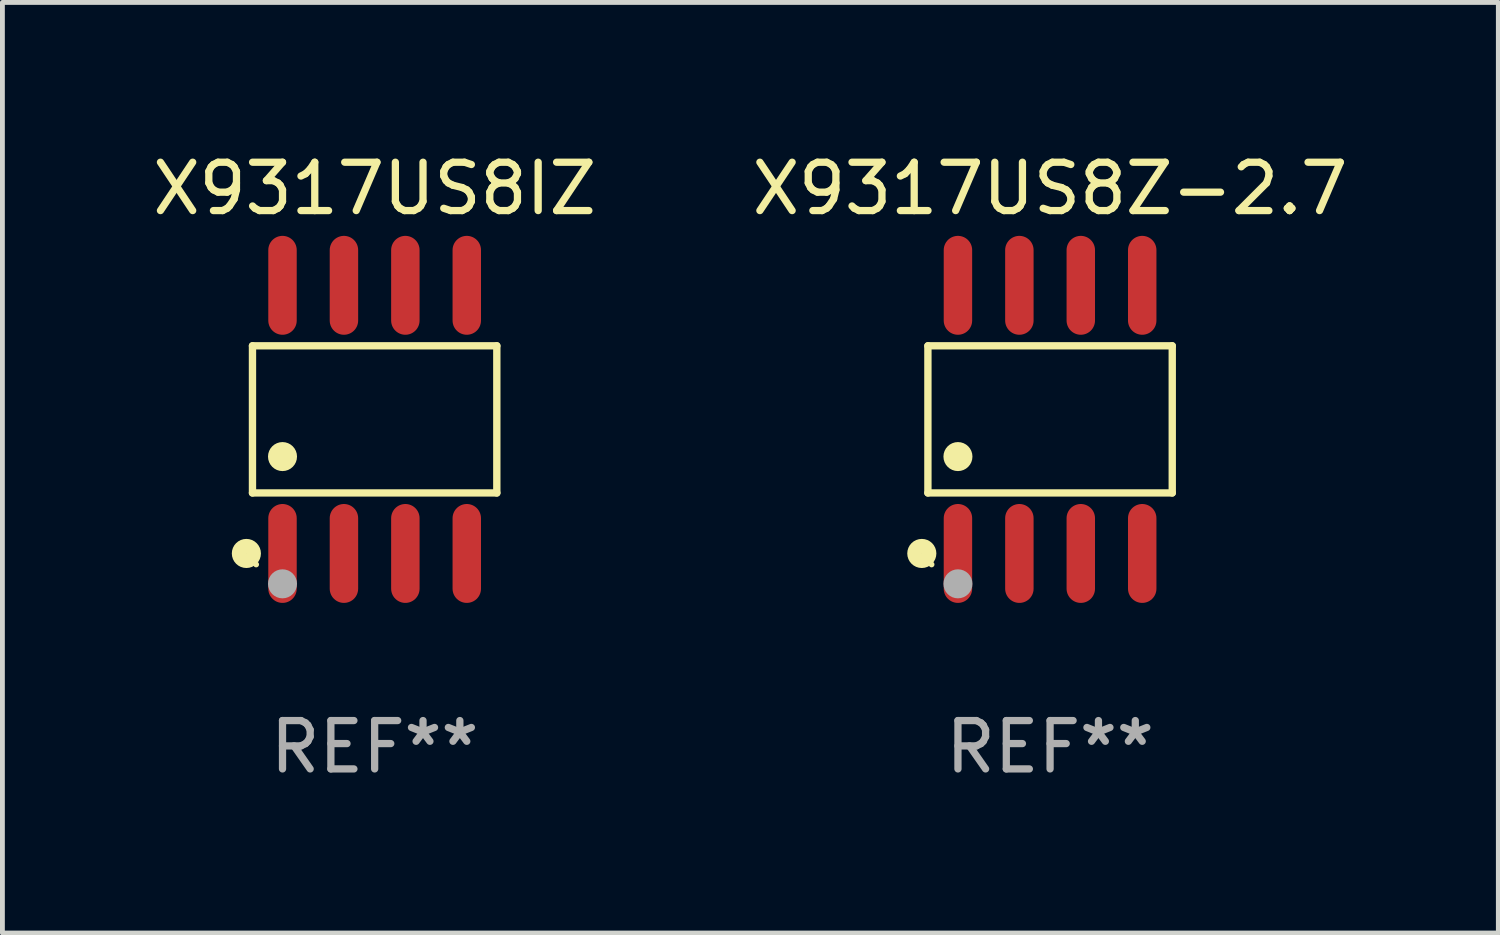
<source format=kicad_pcb>
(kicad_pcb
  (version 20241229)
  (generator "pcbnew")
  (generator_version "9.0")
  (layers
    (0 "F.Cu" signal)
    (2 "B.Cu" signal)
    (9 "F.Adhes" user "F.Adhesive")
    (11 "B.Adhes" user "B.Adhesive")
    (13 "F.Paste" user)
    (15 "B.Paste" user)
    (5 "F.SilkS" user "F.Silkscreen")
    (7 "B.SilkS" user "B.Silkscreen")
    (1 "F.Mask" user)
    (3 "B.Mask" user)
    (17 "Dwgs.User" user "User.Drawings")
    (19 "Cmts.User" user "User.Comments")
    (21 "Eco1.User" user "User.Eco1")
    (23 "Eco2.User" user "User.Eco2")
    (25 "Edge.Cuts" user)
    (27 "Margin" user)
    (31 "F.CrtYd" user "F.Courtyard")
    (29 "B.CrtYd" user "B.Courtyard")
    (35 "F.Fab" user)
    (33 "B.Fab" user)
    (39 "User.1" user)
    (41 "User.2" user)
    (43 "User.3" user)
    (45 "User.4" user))
  (footprint "X9317US8Z-2.7"
    (layer "F.Cu")
    (at 18.661 5.621)
    (property "Reference" "X9317US8Z-2.7" (at 0 -4.772 0) (layer "F.SilkS") (effects (font (size 1 1) (thickness 0.15))))
    (attr through_hole)
    (fp_line (start -2.526 -1.521) (end 2.526 -1.521) (stroke (width 0.152) (type solid)) (layer "F.SilkS"))
    (fp_line (start -2.526 1.521) (end -2.526 -1.521) (stroke (width 0.152) (type solid)) (layer "F.SilkS"))
    (fp_line (start 2.526 -1.521) (end 2.526 1.521) (stroke (width 0.152) (type solid)) (layer "F.SilkS"))
    (fp_line (start 2.526 1.521) (end -2.526 1.521) (stroke (width 0.152) (type solid)) (layer "F.SilkS"))
    (fp_circle (center -2.652 2.772) (end -2.501 2.772) (stroke (width 0.3) (type solid)) (fill no) (layer "F.SilkS"))
    (fp_circle (center -2.45 3) (end -2.42 3) (stroke (width 0.06) (type solid)) (fill no) (layer "F.SilkS"))
    (fp_circle (center -1.905 0.769) (end -1.755 0.769) (stroke (width 0.3) (type solid)) (fill no) (layer "F.SilkS"))
    (fp_circle (center -1.905 3.4) (end -1.755 3.4) (stroke (width 0.3) (type solid)) (fill no) (layer "F.Fab"))
    (fp_text user "REF**" (at 0 6.772 0) (layer "F.Fab") (effects (font (size 1 1) (thickness 0.15))))
    (pad "1" smd oval (at -1.905 2.772) (size 0.588 2.045) (layers "F.Cu" "F.Mask" "F.Paste"))
    (pad "2" smd oval (at -0.635 2.772) (size 0.588 2.045) (layers "F.Cu" "F.Mask" "F.Paste"))
    (pad "3" smd oval (at 0.635 2.772) (size 0.588 2.045) (layers "F.Cu" "F.Mask" "F.Paste"))
    (pad "4" smd oval (at 1.905 2.772) (size 0.588 2.045) (layers "F.Cu" "F.Mask" "F.Paste"))
    (pad "5" smd oval (at 1.905 -2.772) (size 0.588 2.045) (layers "F.Cu" "F.Mask" "F.Paste"))
    (pad "6" smd oval (at 0.635 -2.772) (size 0.588 2.045) (layers "F.Cu" "F.Mask" "F.Paste"))
    (pad "7" smd oval (at -0.635 -2.772) (size 0.588 2.045) (layers "F.Cu" "F.Mask" "F.Paste"))
    (pad "8" smd oval (at -1.905 -2.772) (size 0.588 2.045) (layers "F.Cu" "F.Mask" "F.Paste")))
  (footprint "X9317US8IZ"
    (layer "F.Cu")
    (at 4.696 5.621)
    (property "Reference" "X9317US8IZ" (at 0 -4.772 0) (layer "F.SilkS") (effects (font (size 1 1) (thickness 0.15))))
    (attr through_hole)
    (fp_line (start -2.526 -1.521) (end 2.526 -1.521) (stroke (width 0.152) (type solid)) (layer "F.SilkS"))
    (fp_line (start -2.526 1.521) (end -2.526 -1.521) (stroke (width 0.152) (type solid)) (layer "F.SilkS"))
    (fp_line (start 2.526 -1.521) (end 2.526 1.521) (stroke (width 0.152) (type solid)) (layer "F.SilkS"))
    (fp_line (start 2.526 1.521) (end -2.526 1.521) (stroke (width 0.152) (type solid)) (layer "F.SilkS"))
    (fp_circle (center -2.652 2.772) (end -2.501 2.772) (stroke (width 0.3) (type solid)) (fill no) (layer "F.SilkS"))
    (fp_circle (center -2.45 3) (end -2.42 3) (stroke (width 0.06) (type solid)) (fill no) (layer "F.SilkS"))
    (fp_circle (center -1.905 0.769) (end -1.755 0.769) (stroke (width 0.3) (type solid)) (fill no) (layer "F.SilkS"))
    (fp_circle (center -1.905 3.4) (end -1.755 3.4) (stroke (width 0.3) (type solid)) (fill no) (layer "F.Fab"))
    (fp_text user "REF**" (at 0 6.772 0) (layer "F.Fab") (effects (font (size 1 1) (thickness 0.15))))
    (pad "1" smd oval (at -1.905 2.772) (size 0.588 2.045) (layers "F.Cu" "F.Mask" "F.Paste"))
    (pad "2" smd oval (at -0.635 2.772) (size 0.588 2.045) (layers "F.Cu" "F.Mask" "F.Paste"))
    (pad "3" smd oval (at 0.635 2.772) (size 0.588 2.045) (layers "F.Cu" "F.Mask" "F.Paste"))
    (pad "4" smd oval (at 1.905 2.772) (size 0.588 2.045) (layers "F.Cu" "F.Mask" "F.Paste"))
    (pad "5" smd oval (at 1.905 -2.772) (size 0.588 2.045) (layers "F.Cu" "F.Mask" "F.Paste"))
    (pad "6" smd oval (at 0.635 -2.772) (size 0.588 2.045) (layers "F.Cu" "F.Mask" "F.Paste"))
    (pad "7" smd oval (at -0.635 -2.772) (size 0.588 2.045) (layers "F.Cu" "F.Mask" "F.Paste"))
    (pad "8" smd oval (at -1.905 -2.772) (size 0.588 2.045) (layers "F.Cu" "F.Mask" "F.Paste")))
  (gr_rect
    (start -3 -3)
    (end 27.929 16.241)
    (stroke (width 0.1) (type default))
    (fill no)
    (layer "Edge.Cuts")))
</source>
